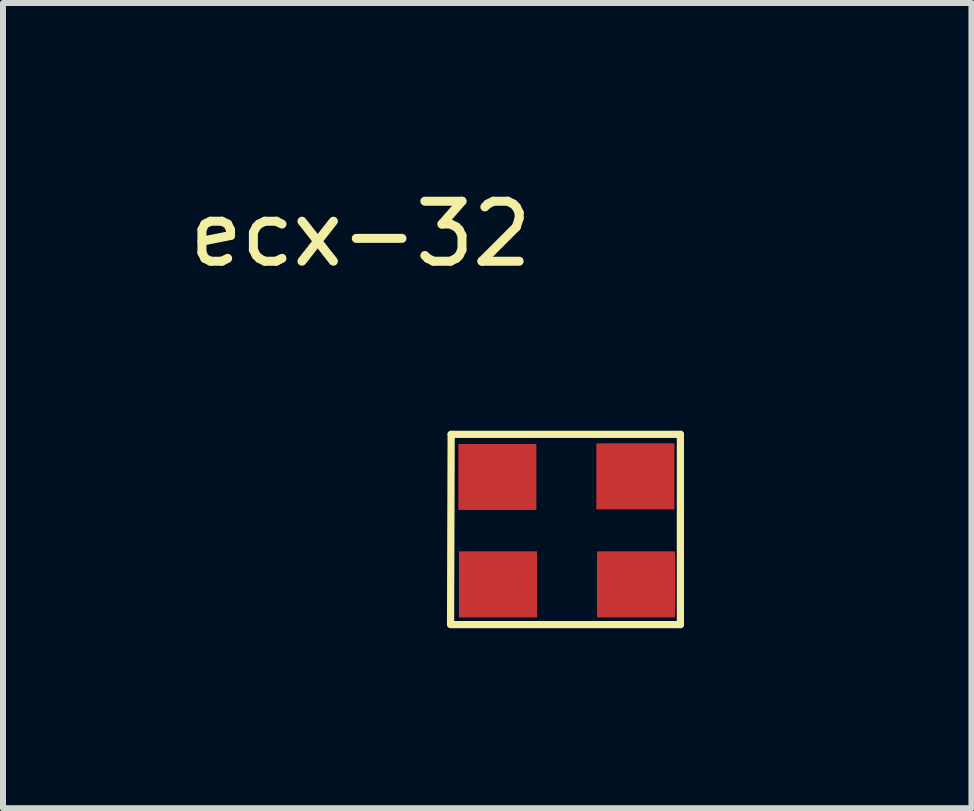
<source format=kicad_pcb>
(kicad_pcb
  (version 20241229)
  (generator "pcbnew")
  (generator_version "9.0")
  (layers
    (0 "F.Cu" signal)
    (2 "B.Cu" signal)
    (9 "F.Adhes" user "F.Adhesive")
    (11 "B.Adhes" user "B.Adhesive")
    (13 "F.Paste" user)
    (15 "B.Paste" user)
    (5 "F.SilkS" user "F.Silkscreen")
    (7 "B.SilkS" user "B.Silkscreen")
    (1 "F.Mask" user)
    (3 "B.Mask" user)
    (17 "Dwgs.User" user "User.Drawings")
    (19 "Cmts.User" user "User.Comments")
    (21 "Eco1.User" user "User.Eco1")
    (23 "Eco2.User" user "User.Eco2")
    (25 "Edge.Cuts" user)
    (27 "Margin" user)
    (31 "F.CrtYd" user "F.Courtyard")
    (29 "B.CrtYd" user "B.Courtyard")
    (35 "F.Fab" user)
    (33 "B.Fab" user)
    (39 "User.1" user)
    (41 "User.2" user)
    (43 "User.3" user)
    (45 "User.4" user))
  (footprint "ecx-32"
    (layer "F.Cu")
    (at 9.888 1.348)
    (property "Reference" "ecx-32" (at -6.93 -0.5 0) (layer "F.SilkS") (effects (font (size 1 1) (thickness 0.15))))
    (attr through_hole)
    (fp_line (start -5.43 5.99) (end -5.42 2.84) (stroke (width 0.12) (type solid)) (layer "F.SilkS"))
    (fp_line (start -5.42 2.84) (end -1.6 2.84) (stroke (width 0.12) (type solid)) (layer "F.SilkS"))
    (fp_line (start -1.6 2.84) (end -1.6 6.01) (stroke (width 0.12) (type solid)) (layer "F.SilkS"))
    (fp_line (start -1.6 6.01) (end -5.43 6.01) (stroke (width 0.12) (type solid)) (layer "F.SilkS"))
    (pad "1" smd rect (at -4.65 3.55) (size 1.3 1.1) (layers "F.Cu" "F.Mask" "F.Paste"))
    (pad "2" smd rect (at -2.34 5.34) (size 1.3 1.1) (layers "F.Cu" "F.Mask" "F.Paste"))
    (pad "3" smd rect (at -4.64 5.34) (size 1.3 1.1) (layers "F.Cu" "F.Mask" "F.Paste"))
    (pad "3" smd rect (at -2.35 3.54) (size 1.3 1.1) (layers "F.Cu" "F.Mask" "F.Paste")))
  (gr_rect
    (start -3 -3)
    (end 13.138 10.418)
    (stroke (width 0.1) (type default))
    (fill no)
    (layer "Edge.Cuts")))
</source>
